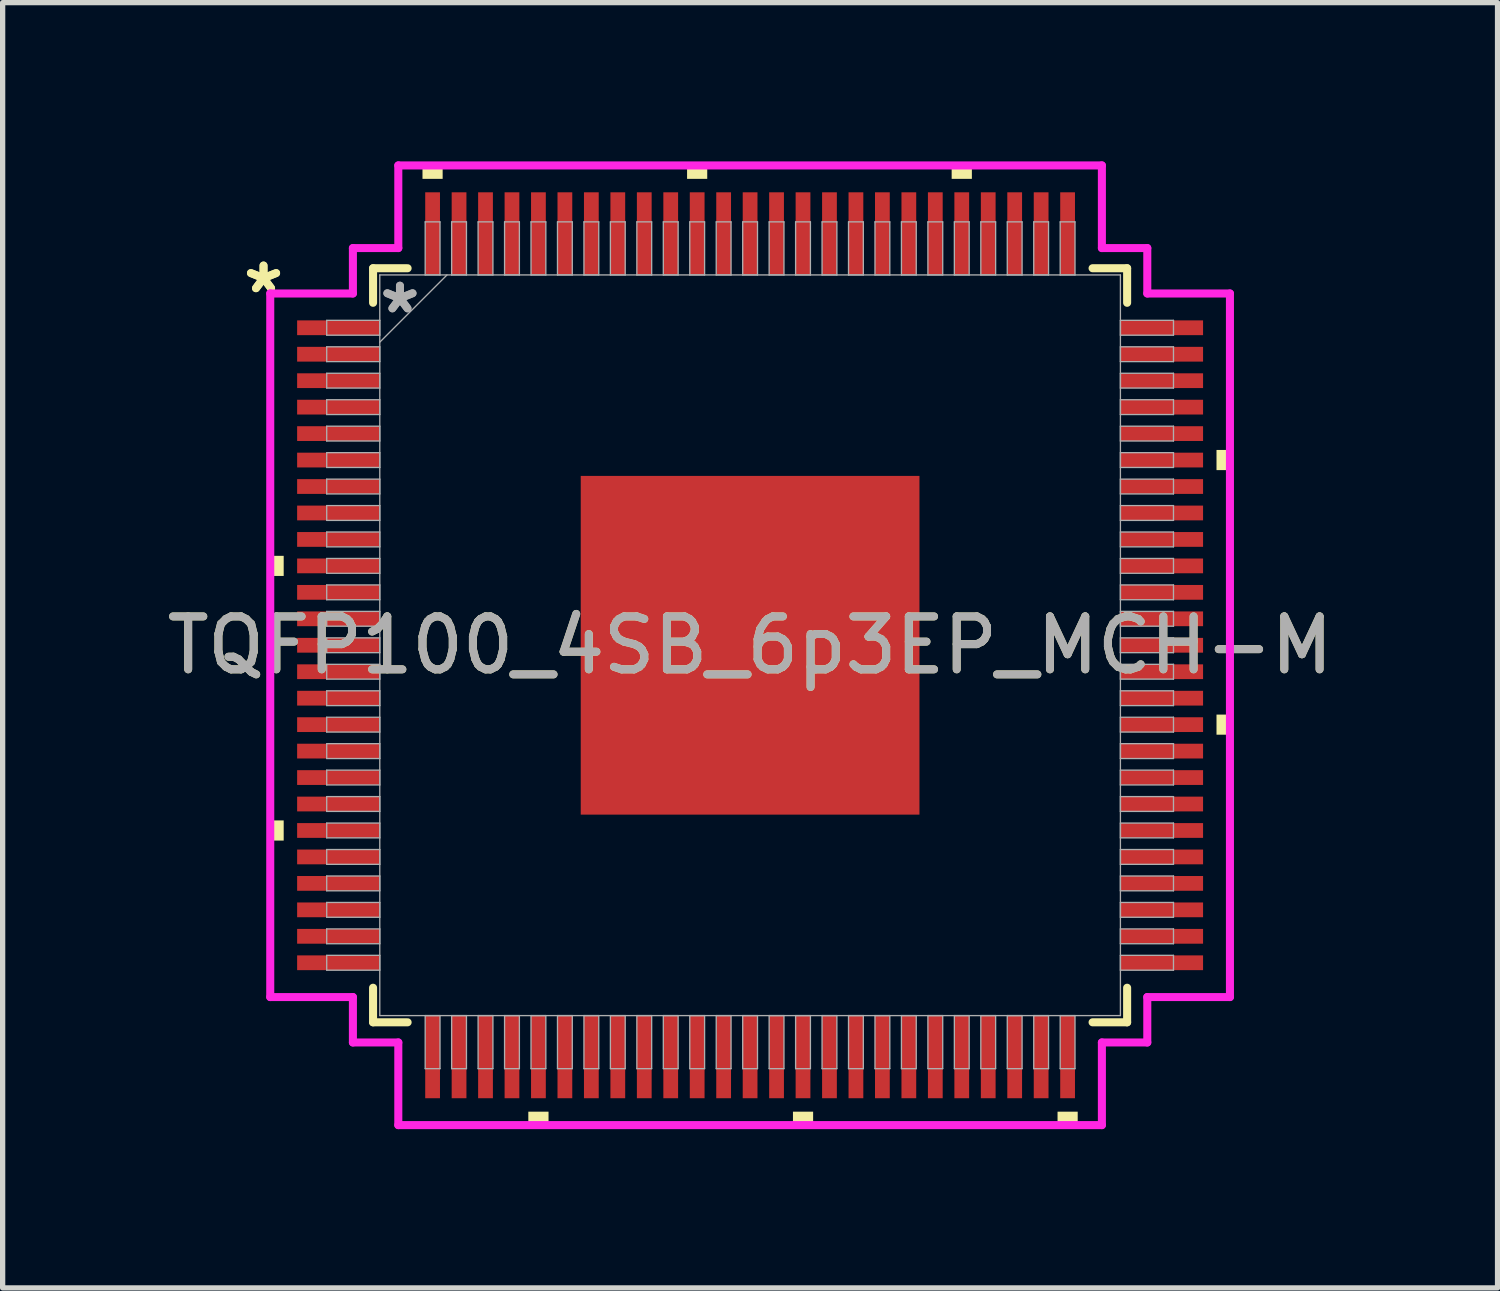
<source format=kicad_pcb>
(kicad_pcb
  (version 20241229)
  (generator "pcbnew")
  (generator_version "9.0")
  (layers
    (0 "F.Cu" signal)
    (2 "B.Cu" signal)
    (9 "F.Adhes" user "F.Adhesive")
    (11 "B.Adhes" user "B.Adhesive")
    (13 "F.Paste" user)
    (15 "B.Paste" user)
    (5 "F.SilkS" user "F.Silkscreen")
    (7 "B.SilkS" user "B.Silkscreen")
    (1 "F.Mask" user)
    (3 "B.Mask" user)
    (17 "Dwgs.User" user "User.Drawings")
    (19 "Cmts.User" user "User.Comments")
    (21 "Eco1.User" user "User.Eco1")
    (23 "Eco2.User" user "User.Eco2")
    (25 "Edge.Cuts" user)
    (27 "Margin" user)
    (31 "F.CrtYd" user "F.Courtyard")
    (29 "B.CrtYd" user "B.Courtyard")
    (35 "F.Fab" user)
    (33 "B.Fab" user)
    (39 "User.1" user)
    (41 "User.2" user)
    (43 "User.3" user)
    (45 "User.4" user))
  (footprint "TQFP100_4SB_6p3EP_MCH-M"
    (layer "F.Cu")
    (at 11.125 9.144)
    (property "Reference" "TQFP100_4SB_6p3EP_MCH-M" (at 0 0 0) (unlocked yes) (layer "F.SilkS") (effects (font (size 1 1) (thickness 0.15))))
    (attr smd)
    (fp_line (start -7.125 -7.125) (end -7.125 -6.472) (stroke (width 0.152) (type solid)) (layer "F.SilkS"))
    (fp_line (start -7.125 6.472) (end -7.125 7.125) (stroke (width 0.152) (type solid)) (layer "F.SilkS"))
    (fp_line (start -7.125 7.125) (end -6.472 7.125) (stroke (width 0.152) (type solid)) (layer "F.SilkS"))
    (fp_line (start -6.472 -7.125) (end -7.125 -7.125) (stroke (width 0.152) (type solid)) (layer "F.SilkS"))
    (fp_line (start 6.472 7.125) (end 7.125 7.125) (stroke (width 0.152) (type solid)) (layer "F.SilkS"))
    (fp_line (start 7.125 -7.125) (end 6.472 -7.125) (stroke (width 0.152) (type solid)) (layer "F.SilkS"))
    (fp_line (start 7.125 -6.472) (end 7.125 -7.125) (stroke (width 0.152) (type solid)) (layer "F.SilkS"))
    (fp_line (start 7.125 7.125) (end 7.125 6.472) (stroke (width 0.152) (type solid)) (layer "F.SilkS"))
    (fp_poly (pts (xy -9.068 -1.69) (xy -9.068 -1.31) (xy -8.814 -1.31) (xy -8.814 -1.69)) (stroke (width 0) (type solid)) (fill yes) (layer "F.SilkS"))
    (fp_poly (pts (xy -9.068 3.31) (xy -9.068 3.691) (xy -8.814 3.691) (xy -8.814 3.31)) (stroke (width 0) (type solid)) (fill yes) (layer "F.SilkS"))
    (fp_poly (pts (xy -6.191 -8.814) (xy -6.191 -9.068) (xy -5.81 -9.068) (xy -5.81 -8.814)) (stroke (width 0) (type solid)) (fill yes) (layer "F.SilkS"))
    (fp_poly (pts (xy -4.191 8.814) (xy -4.191 9.068) (xy -3.809 9.068) (xy -3.809 8.814)) (stroke (width 0) (type solid)) (fill yes) (layer "F.SilkS"))
    (fp_poly (pts (xy -1.191 -8.814) (xy -1.191 -9.068) (xy -0.81 -9.068) (xy -0.81 -8.814)) (stroke (width 0) (type solid)) (fill yes) (layer "F.SilkS"))
    (fp_poly (pts (xy 0.81 8.814) (xy 0.81 9.068) (xy 1.191 9.068) (xy 1.191 8.814)) (stroke (width 0) (type solid)) (fill yes) (layer "F.SilkS"))
    (fp_poly (pts (xy 3.809 -8.814) (xy 3.809 -9.068) (xy 4.191 -9.068) (xy 4.191 -8.814)) (stroke (width 0) (type solid)) (fill yes) (layer "F.SilkS"))
    (fp_poly (pts (xy 5.81 8.814) (xy 5.81 9.068) (xy 6.191 9.068) (xy 6.191 8.814)) (stroke (width 0) (type solid)) (fill yes) (layer "F.SilkS"))
    (fp_poly (pts (xy 9.068 -3.691) (xy 9.068 -3.31) (xy 8.814 -3.31) (xy 8.814 -3.691)) (stroke (width 0) (type solid)) (fill yes) (layer "F.SilkS"))
    (fp_poly (pts (xy 9.068 1.31) (xy 9.068 1.69) (xy 8.814 1.69) (xy 8.814 1.31)) (stroke (width 0) (type solid)) (fill yes) (layer "F.SilkS"))
    (fp_poly (pts (xy -3.1 -3.1) (xy -3.1 -2.02) (xy -2.02 -2.02) (xy -2.02 -3.1)) (stroke (width 0) (type solid)) (fill yes) (layer "F.Paste"))
    (fp_poly (pts (xy -3.1 -1.82) (xy -3.1 -0.74) (xy -2.02 -0.74) (xy -2.02 -1.82)) (stroke (width 0) (type solid)) (fill yes) (layer "F.Paste"))
    (fp_poly (pts (xy -3.1 -0.54) (xy -3.1 0.54) (xy -2.02 0.54) (xy -2.02 -0.54)) (stroke (width 0) (type solid)) (fill yes) (layer "F.Paste"))
    (fp_poly (pts (xy -3.1 0.74) (xy -3.1 1.82) (xy -2.02 1.82) (xy -2.02 0.74)) (stroke (width 0) (type solid)) (fill yes) (layer "F.Paste"))
    (fp_poly (pts (xy -3.1 2.02) (xy -3.1 3.1) (xy -2.02 3.1) (xy -2.02 2.02)) (stroke (width 0) (type solid)) (fill yes) (layer "F.Paste"))
    (fp_poly (pts (xy -1.82 -3.1) (xy -1.82 -2.02) (xy -0.74 -2.02) (xy -0.74 -3.1)) (stroke (width 0) (type solid)) (fill yes) (layer "F.Paste"))
    (fp_poly (pts (xy -1.82 -1.82) (xy -1.82 -0.74) (xy -0.74 -0.74) (xy -0.74 -1.82)) (stroke (width 0) (type solid)) (fill yes) (layer "F.Paste"))
    (fp_poly (pts (xy -1.82 -0.54) (xy -1.82 0.54) (xy -0.74 0.54) (xy -0.74 -0.54)) (stroke (width 0) (type solid)) (fill yes) (layer "F.Paste"))
    (fp_poly (pts (xy -1.82 0.74) (xy -1.82 1.82) (xy -0.74 1.82) (xy -0.74 0.74)) (stroke (width 0) (type solid)) (fill yes) (layer "F.Paste"))
    (fp_poly (pts (xy -1.82 2.02) (xy -1.82 3.1) (xy -0.74 3.1) (xy -0.74 2.02)) (stroke (width 0) (type solid)) (fill yes) (layer "F.Paste"))
    (fp_poly (pts (xy -0.54 -3.1) (xy -0.54 -2.02) (xy 0.54 -2.02) (xy 0.54 -3.1)) (stroke (width 0) (type solid)) (fill yes) (layer "F.Paste"))
    (fp_poly (pts (xy -0.54 -1.82) (xy -0.54 -0.74) (xy 0.54 -0.74) (xy 0.54 -1.82)) (stroke (width 0) (type solid)) (fill yes) (layer "F.Paste"))
    (fp_poly (pts (xy -0.54 -0.54) (xy -0.54 0.54) (xy 0.54 0.54) (xy 0.54 -0.54)) (stroke (width 0) (type solid)) (fill yes) (layer "F.Paste"))
    (fp_poly (pts (xy -0.54 0.74) (xy -0.54 1.82) (xy 0.54 1.82) (xy 0.54 0.74)) (stroke (width 0) (type solid)) (fill yes) (layer "F.Paste"))
    (fp_poly (pts (xy -0.54 2.02) (xy -0.54 3.1) (xy 0.54 3.1) (xy 0.54 2.02)) (stroke (width 0) (type solid)) (fill yes) (layer "F.Paste"))
    (fp_poly (pts (xy 0.74 -3.1) (xy 0.74 -2.02) (xy 1.82 -2.02) (xy 1.82 -3.1)) (stroke (width 0) (type solid)) (fill yes) (layer "F.Paste"))
    (fp_poly (pts (xy 0.74 -1.82) (xy 0.74 -0.74) (xy 1.82 -0.74) (xy 1.82 -1.82)) (stroke (width 0) (type solid)) (fill yes) (layer "F.Paste"))
    (fp_poly (pts (xy 0.74 -0.54) (xy 0.74 0.54) (xy 1.82 0.54) (xy 1.82 -0.54)) (stroke (width 0) (type solid)) (fill yes) (layer "F.Paste"))
    (fp_poly (pts (xy 0.74 0.74) (xy 0.74 1.82) (xy 1.82 1.82) (xy 1.82 0.74)) (stroke (width 0) (type solid)) (fill yes) (layer "F.Paste"))
    (fp_poly (pts (xy 0.74 2.02) (xy 0.74 3.1) (xy 1.82 3.1) (xy 1.82 2.02)) (stroke (width 0) (type solid)) (fill yes) (layer "F.Paste"))
    (fp_poly (pts (xy 2.02 -3.1) (xy 2.02 -2.02) (xy 3.1 -2.02) (xy 3.1 -3.1)) (stroke (width 0) (type solid)) (fill yes) (layer "F.Paste"))
    (fp_poly (pts (xy 2.02 -1.82) (xy 2.02 -0.74) (xy 3.1 -0.74) (xy 3.1 -1.82)) (stroke (width 0) (type solid)) (fill yes) (layer "F.Paste"))
    (fp_poly (pts (xy 2.02 -0.54) (xy 2.02 0.54) (xy 3.1 0.54) (xy 3.1 -0.54)) (stroke (width 0) (type solid)) (fill yes) (layer "F.Paste"))
    (fp_poly (pts (xy 2.02 0.74) (xy 2.02 1.82) (xy 3.1 1.82) (xy 3.1 0.74)) (stroke (width 0) (type solid)) (fill yes) (layer "F.Paste"))
    (fp_poly (pts (xy 2.02 2.02) (xy 2.02 3.1) (xy 3.1 3.1) (xy 3.1 2.02)) (stroke (width 0) (type solid)) (fill yes) (layer "F.Paste"))
    (fp_line (start -9.068 -6.648) (end -7.506 -6.648) (stroke (width 0.152) (type solid)) (layer "F.CrtYd"))
    (fp_line (start -9.068 6.648) (end -9.068 -6.648) (stroke (width 0.152) (type solid)) (layer "F.CrtYd"))
    (fp_line (start -7.506 -7.506) (end -6.648 -7.506) (stroke (width 0.152) (type solid)) (layer "F.CrtYd"))
    (fp_line (start -7.506 -6.648) (end -7.506 -7.506) (stroke (width 0.152) (type solid)) (layer "F.CrtYd"))
    (fp_line (start -7.506 6.648) (end -9.068 6.648) (stroke (width 0.152) (type solid)) (layer "F.CrtYd"))
    (fp_line (start -7.506 7.506) (end -7.506 6.648) (stroke (width 0.152) (type solid)) (layer "F.CrtYd"))
    (fp_line (start -7.506 7.506) (end -6.648 7.506) (stroke (width 0.152) (type solid)) (layer "F.CrtYd"))
    (fp_line (start -6.648 -9.068) (end 6.648 -9.068) (stroke (width 0.152) (type solid)) (layer "F.CrtYd"))
    (fp_line (start -6.648 -7.506) (end -6.648 -9.068) (stroke (width 0.152) (type solid)) (layer "F.CrtYd"))
    (fp_line (start -6.648 7.506) (end -6.648 9.068) (stroke (width 0.152) (type solid)) (layer "F.CrtYd"))
    (fp_line (start -6.648 9.068) (end 6.648 9.068) (stroke (width 0.152) (type solid)) (layer "F.CrtYd"))
    (fp_line (start 6.648 -9.068) (end 6.648 -7.506) (stroke (width 0.152) (type solid)) (layer "F.CrtYd"))
    (fp_line (start 6.648 -7.506) (end 7.506 -7.506) (stroke (width 0.152) (type solid)) (layer "F.CrtYd"))
    (fp_line (start 6.648 7.506) (end 7.506 7.506) (stroke (width 0.152) (type solid)) (layer "F.CrtYd"))
    (fp_line (start 6.648 9.068) (end 6.648 7.506) (stroke (width 0.152) (type solid)) (layer "F.CrtYd"))
    (fp_line (start 7.506 -6.648) (end 7.506 -7.506) (stroke (width 0.152) (type solid)) (layer "F.CrtYd"))
    (fp_line (start 7.506 6.648) (end 9.068 6.648) (stroke (width 0.152) (type solid)) (layer "F.CrtYd"))
    (fp_line (start 7.506 7.506) (end 7.506 6.648) (stroke (width 0.152) (type solid)) (layer "F.CrtYd"))
    (fp_line (start 9.068 -6.648) (end 7.506 -6.648) (stroke (width 0.152) (type solid)) (layer "F.CrtYd"))
    (fp_line (start 9.068 6.648) (end 9.068 -6.648) (stroke (width 0.152) (type solid)) (layer "F.CrtYd"))
    (fp_line (start -8.001 -6.14) (end -8.001 -5.86) (stroke (width 0.025) (type solid)) (layer "F.Fab"))
    (fp_line (start -8.001 -5.86) (end -6.998 -5.86) (stroke (width 0.025) (type solid)) (layer "F.Fab"))
    (fp_line (start -8.001 -5.64) (end -8.001 -5.36) (stroke (width 0.025) (type solid)) (layer "F.Fab"))
    (fp_line (start -8.001 -5.36) (end -6.998 -5.36) (stroke (width 0.025) (type solid)) (layer "F.Fab"))
    (fp_line (start -8.001 -5.14) (end -8.001 -4.86) (stroke (width 0.025) (type solid)) (layer "F.Fab"))
    (fp_line (start -8.001 -4.86) (end -6.998 -4.86) (stroke (width 0.025) (type solid)) (layer "F.Fab"))
    (fp_line (start -8.001 -4.64) (end -8.001 -4.36) (stroke (width 0.025) (type solid)) (layer "F.Fab"))
    (fp_line (start -8.001 -4.36) (end -6.998 -4.36) (stroke (width 0.025) (type solid)) (layer "F.Fab"))
    (fp_line (start -8.001 -4.14) (end -8.001 -3.86) (stroke (width 0.025) (type solid)) (layer "F.Fab"))
    (fp_line (start -8.001 -3.86) (end -6.998 -3.86) (stroke (width 0.025) (type solid)) (layer "F.Fab"))
    (fp_line (start -8.001 -3.64) (end -8.001 -3.36) (stroke (width 0.025) (type solid)) (layer "F.Fab"))
    (fp_line (start -8.001 -3.36) (end -6.998 -3.36) (stroke (width 0.025) (type solid)) (layer "F.Fab"))
    (fp_line (start -8.001 -3.14) (end -8.001 -2.86) (stroke (width 0.025) (type solid)) (layer "F.Fab"))
    (fp_line (start -8.001 -2.86) (end -6.998 -2.86) (stroke (width 0.025) (type solid)) (layer "F.Fab"))
    (fp_line (start -8.001 -2.64) (end -8.001 -2.36) (stroke (width 0.025) (type solid)) (layer "F.Fab"))
    (fp_line (start -8.001 -2.36) (end -6.998 -2.36) (stroke (width 0.025) (type solid)) (layer "F.Fab"))
    (fp_line (start -8.001 -2.14) (end -8.001 -1.86) (stroke (width 0.025) (type solid)) (layer "F.Fab"))
    (fp_line (start -8.001 -1.86) (end -6.998 -1.86) (stroke (width 0.025) (type solid)) (layer "F.Fab"))
    (fp_line (start -8.001 -1.64) (end -8.001 -1.36) (stroke (width 0.025) (type solid)) (layer "F.Fab"))
    (fp_line (start -8.001 -1.36) (end -6.998 -1.36) (stroke (width 0.025) (type solid)) (layer "F.Fab"))
    (fp_line (start -8.001 -1.14) (end -8.001 -0.86) (stroke (width 0.025) (type solid)) (layer "F.Fab"))
    (fp_line (start -8.001 -0.86) (end -6.998 -0.86) (stroke (width 0.025) (type solid)) (layer "F.Fab"))
    (fp_line (start -8.001 -0.64) (end -8.001 -0.36) (stroke (width 0.025) (type solid)) (layer "F.Fab"))
    (fp_line (start -8.001 -0.36) (end -6.998 -0.36) (stroke (width 0.025) (type solid)) (layer "F.Fab"))
    (fp_line (start -8.001 -0.14) (end -8.001 0.14) (stroke (width 0.025) (type solid)) (layer "F.Fab"))
    (fp_line (start -8.001 0.14) (end -6.998 0.14) (stroke (width 0.025) (type solid)) (layer "F.Fab"))
    (fp_line (start -8.001 0.36) (end -8.001 0.64) (stroke (width 0.025) (type solid)) (layer "F.Fab"))
    (fp_line (start -8.001 0.64) (end -6.998 0.64) (stroke (width 0.025) (type solid)) (layer "F.Fab"))
    (fp_line (start -8.001 0.86) (end -8.001 1.14) (stroke (width 0.025) (type solid)) (layer "F.Fab"))
    (fp_line (start -8.001 1.14) (end -6.998 1.14) (stroke (width 0.025) (type solid)) (layer "F.Fab"))
    (fp_line (start -8.001 1.36) (end -8.001 1.64) (stroke (width 0.025) (type solid)) (layer "F.Fab"))
    (fp_line (start -8.001 1.64) (end -6.998 1.64) (stroke (width 0.025) (type solid)) (layer "F.Fab"))
    (fp_line (start -8.001 1.86) (end -8.001 2.14) (stroke (width 0.025) (type solid)) (layer "F.Fab"))
    (fp_line (start -8.001 2.14) (end -6.998 2.14) (stroke (width 0.025) (type solid)) (layer "F.Fab"))
    (fp_line (start -8.001 2.36) (end -8.001 2.64) (stroke (width 0.025) (type solid)) (layer "F.Fab"))
    (fp_line (start -8.001 2.64) (end -6.998 2.64) (stroke (width 0.025) (type solid)) (layer "F.Fab"))
    (fp_line (start -8.001 2.86) (end -8.001 3.14) (stroke (width 0.025) (type solid)) (layer "F.Fab"))
    (fp_line (start -8.001 3.14) (end -6.998 3.14) (stroke (width 0.025) (type solid)) (layer "F.Fab"))
    (fp_line (start -8.001 3.36) (end -8.001 3.64) (stroke (width 0.025) (type solid)) (layer "F.Fab"))
    (fp_line (start -8.001 3.64) (end -6.998 3.64) (stroke (width 0.025) (type solid)) (layer "F.Fab"))
    (fp_line (start -8.001 3.86) (end -8.001 4.14) (stroke (width 0.025) (type solid)) (layer "F.Fab"))
    (fp_line (start -8.001 4.14) (end -6.998 4.14) (stroke (width 0.025) (type solid)) (layer "F.Fab"))
    (fp_line (start -8.001 4.36) (end -8.001 4.64) (stroke (width 0.025) (type solid)) (layer "F.Fab"))
    (fp_line (start -8.001 4.64) (end -6.998 4.64) (stroke (width 0.025) (type solid)) (layer "F.Fab"))
    (fp_line (start -8.001 4.86) (end -8.001 5.14) (stroke (width 0.025) (type solid)) (layer "F.Fab"))
    (fp_line (start -8.001 5.14) (end -6.998 5.14) (stroke (width 0.025) (type solid)) (layer "F.Fab"))
    (fp_line (start -8.001 5.36) (end -8.001 5.64) (stroke (width 0.025) (type solid)) (layer "F.Fab"))
    (fp_line (start -8.001 5.64) (end -6.998 5.64) (stroke (width 0.025) (type solid)) (layer "F.Fab"))
    (fp_line (start -8.001 5.86) (end -8.001 6.14) (stroke (width 0.025) (type solid)) (layer "F.Fab"))
    (fp_line (start -8.001 6.14) (end -6.998 6.14) (stroke (width 0.025) (type solid)) (layer "F.Fab"))
    (fp_line (start -6.998 -6.998) (end -6.998 6.998) (stroke (width 0.025) (type solid)) (layer "F.Fab"))
    (fp_line (start -6.998 -6.14) (end -8.001 -6.14) (stroke (width 0.025) (type solid)) (layer "F.Fab"))
    (fp_line (start -6.998 -5.86) (end -6.998 -6.14) (stroke (width 0.025) (type solid)) (layer "F.Fab"))
    (fp_line (start -6.998 -5.728) (end -5.728 -6.998) (stroke (width 0.025) (type solid)) (layer "F.Fab"))
    (fp_line (start -6.998 -5.64) (end -8.001 -5.64) (stroke (width 0.025) (type solid)) (layer "F.Fab"))
    (fp_line (start -6.998 -5.36) (end -6.998 -5.64) (stroke (width 0.025) (type solid)) (layer "F.Fab"))
    (fp_line (start -6.998 -5.14) (end -8.001 -5.14) (stroke (width 0.025) (type solid)) (layer "F.Fab"))
    (fp_line (start -6.998 -4.86) (end -6.998 -5.14) (stroke (width 0.025) (type solid)) (layer "F.Fab"))
    (fp_line (start -6.998 -4.64) (end -8.001 -4.64) (stroke (width 0.025) (type solid)) (layer "F.Fab"))
    (fp_line (start -6.998 -4.36) (end -6.998 -4.64) (stroke (width 0.025) (type solid)) (layer "F.Fab"))
    (fp_line (start -6.998 -4.14) (end -8.001 -4.14) (stroke (width 0.025) (type solid)) (layer "F.Fab"))
    (fp_line (start -6.998 -3.86) (end -6.998 -4.14) (stroke (width 0.025) (type solid)) (layer "F.Fab"))
    (fp_line (start -6.998 -3.64) (end -8.001 -3.64) (stroke (width 0.025) (type solid)) (layer "F.Fab"))
    (fp_line (start -6.998 -3.36) (end -6.998 -3.64) (stroke (width 0.025) (type solid)) (layer "F.Fab"))
    (fp_line (start -6.998 -3.14) (end -8.001 -3.14) (stroke (width 0.025) (type solid)) (layer "F.Fab"))
    (fp_line (start -6.998 -2.86) (end -6.998 -3.14) (stroke (width 0.025) (type solid)) (layer "F.Fab"))
    (fp_line (start -6.998 -2.64) (end -8.001 -2.64) (stroke (width 0.025) (type solid)) (layer "F.Fab"))
    (fp_line (start -6.998 -2.36) (end -6.998 -2.64) (stroke (width 0.025) (type solid)) (layer "F.Fab"))
    (fp_line (start -6.998 -2.14) (end -8.001 -2.14) (stroke (width 0.025) (type solid)) (layer "F.Fab"))
    (fp_line (start -6.998 -1.86) (end -6.998 -2.14) (stroke (width 0.025) (type solid)) (layer "F.Fab"))
    (fp_line (start -6.998 -1.64) (end -8.001 -1.64) (stroke (width 0.025) (type solid)) (layer "F.Fab"))
    (fp_line (start -6.998 -1.36) (end -6.998 -1.64) (stroke (width 0.025) (type solid)) (layer "F.Fab"))
    (fp_line (start -6.998 -1.14) (end -8.001 -1.14) (stroke (width 0.025) (type solid)) (layer "F.Fab"))
    (fp_line (start -6.998 -0.86) (end -6.998 -1.14) (stroke (width 0.025) (type solid)) (layer "F.Fab"))
    (fp_line (start -6.998 -0.64) (end -8.001 -0.64) (stroke (width 0.025) (type solid)) (layer "F.Fab"))
    (fp_line (start -6.998 -0.36) (end -6.998 -0.64) (stroke (width 0.025) (type solid)) (layer "F.Fab"))
    (fp_line (start -6.998 -0.14) (end -8.001 -0.14) (stroke (width 0.025) (type solid)) (layer "F.Fab"))
    (fp_line (start -6.998 0.14) (end -6.998 -0.14) (stroke (width 0.025) (type solid)) (layer "F.Fab"))
    (fp_line (start -6.998 0.36) (end -8.001 0.36) (stroke (width 0.025) (type solid)) (layer "F.Fab"))
    (fp_line (start -6.998 0.64) (end -6.998 0.36) (stroke (width 0.025) (type solid)) (layer "F.Fab"))
    (fp_line (start -6.998 0.86) (end -8.001 0.86) (stroke (width 0.025) (type solid)) (layer "F.Fab"))
    (fp_line (start -6.998 1.14) (end -6.998 0.86) (stroke (width 0.025) (type solid)) (layer "F.Fab"))
    (fp_line (start -6.998 1.36) (end -8.001 1.36) (stroke (width 0.025) (type solid)) (layer "F.Fab"))
    (fp_line (start -6.998 1.64) (end -6.998 1.36) (stroke (width 0.025) (type solid)) (layer "F.Fab"))
    (fp_line (start -6.998 1.86) (end -8.001 1.86) (stroke (width 0.025) (type solid)) (layer "F.Fab"))
    (fp_line (start -6.998 2.14) (end -6.998 1.86) (stroke (width 0.025) (type solid)) (layer "F.Fab"))
    (fp_line (start -6.998 2.36) (end -8.001 2.36) (stroke (width 0.025) (type solid)) (layer "F.Fab"))
    (fp_line (start -6.998 2.64) (end -6.998 2.36) (stroke (width 0.025) (type solid)) (layer "F.Fab"))
    (fp_line (start -6.998 2.86) (end -8.001 2.86) (stroke (width 0.025) (type solid)) (layer "F.Fab"))
    (fp_line (start -6.998 3.14) (end -6.998 2.86) (stroke (width 0.025) (type solid)) (layer "F.Fab"))
    (fp_line (start -6.998 3.36) (end -8.001 3.36) (stroke (width 0.025) (type solid)) (layer "F.Fab"))
    (fp_line (start -6.998 3.64) (end -6.998 3.36) (stroke (width 0.025) (type solid)) (layer "F.Fab"))
    (fp_line (start -6.998 3.86) (end -8.001 3.86) (stroke (width 0.025) (type solid)) (layer "F.Fab"))
    (fp_line (start -6.998 4.14) (end -6.998 3.86) (stroke (width 0.025) (type solid)) (layer "F.Fab"))
    (fp_line (start -6.998 4.36) (end -8.001 4.36) (stroke (width 0.025) (type solid)) (layer "F.Fab"))
    (fp_line (start -6.998 4.64) (end -6.998 4.36) (stroke (width 0.025) (type solid)) (layer "F.Fab"))
    (fp_line (start -6.998 4.86) (end -8.001 4.86) (stroke (width 0.025) (type solid)) (layer "F.Fab"))
    (fp_line (start -6.998 5.14) (end -6.998 4.86) (stroke (width 0.025) (type solid)) (layer "F.Fab"))
    (fp_line (start -6.998 5.36) (end -8.001 5.36) (stroke (width 0.025) (type solid)) (layer "F.Fab"))
    (fp_line (start -6.998 5.64) (end -6.998 5.36) (stroke (width 0.025) (type solid)) (layer "F.Fab"))
    (fp_line (start -6.998 5.86) (end -8.001 5.86) (stroke (width 0.025) (type solid)) (layer "F.Fab"))
    (fp_line (start -6.998 6.14) (end -6.998 5.86) (stroke (width 0.025) (type solid)) (layer "F.Fab"))
    (fp_line (start -6.998 6.998) (end 6.998 6.998) (stroke (width 0.025) (type solid)) (layer "F.Fab"))
    (fp_line (start -6.14 -8.001) (end -6.14 -6.998) (stroke (width 0.025) (type solid)) (layer "F.Fab"))
    (fp_line (start -6.14 -6.998) (end -5.86 -6.998) (stroke (width 0.025) (type solid)) (layer "F.Fab"))
    (fp_line (start -6.14 6.998) (end -6.14 8.001) (stroke (width 0.025) (type solid)) (layer "F.Fab"))
    (fp_line (start -6.14 8.001) (end -5.86 8.001) (stroke (width 0.025) (type solid)) (layer "F.Fab"))
    (fp_line (start -5.86 -8.001) (end -6.14 -8.001) (stroke (width 0.025) (type solid)) (layer "F.Fab"))
    (fp_line (start -5.86 -6.998) (end -5.86 -8.001) (stroke (width 0.025) (type solid)) (layer "F.Fab"))
    (fp_line (start -5.86 6.998) (end -6.14 6.998) (stroke (width 0.025) (type solid)) (layer "F.Fab"))
    (fp_line (start -5.86 8.001) (end -5.86 6.998) (stroke (width 0.025) (type solid)) (layer "F.Fab"))
    (fp_line (start -5.64 -8.001) (end -5.64 -6.998) (stroke (width 0.025) (type solid)) (layer "F.Fab"))
    (fp_line (start -5.64 -6.998) (end -5.36 -6.998) (stroke (width 0.025) (type solid)) (layer "F.Fab"))
    (fp_line (start -5.64 6.998) (end -5.64 8.001) (stroke (width 0.025) (type solid)) (layer "F.Fab"))
    (fp_line (start -5.64 8.001) (end -5.36 8.001) (stroke (width 0.025) (type solid)) (layer "F.Fab"))
    (fp_line (start -5.36 -8.001) (end -5.64 -8.001) (stroke (width 0.025) (type solid)) (layer "F.Fab"))
    (fp_line (start -5.36 -6.998) (end -5.36 -8.001) (stroke (width 0.025) (type solid)) (layer "F.Fab"))
    (fp_line (start -5.36 6.998) (end -5.64 6.998) (stroke (width 0.025) (type solid)) (layer "F.Fab"))
    (fp_line (start -5.36 8.001) (end -5.36 6.998) (stroke (width 0.025) (type solid)) (layer "F.Fab"))
    (fp_line (start -5.14 -8.001) (end -5.14 -6.998) (stroke (width 0.025) (type solid)) (layer "F.Fab"))
    (fp_line (start -5.14 -6.998) (end -4.86 -6.998) (stroke (width 0.025) (type solid)) (layer "F.Fab"))
    (fp_line (start -5.14 6.998) (end -5.14 8.001) (stroke (width 0.025) (type solid)) (layer "F.Fab"))
    (fp_line (start -5.14 8.001) (end -4.86 8.001) (stroke (width 0.025) (type solid)) (layer "F.Fab"))
    (fp_line (start -4.86 -8.001) (end -5.14 -8.001) (stroke (width 0.025) (type solid)) (layer "F.Fab"))
    (fp_line (start -4.86 -6.998) (end -4.86 -8.001) (stroke (width 0.025) (type solid)) (layer "F.Fab"))
    (fp_line (start -4.86 6.998) (end -5.14 6.998) (stroke (width 0.025) (type solid)) (layer "F.Fab"))
    (fp_line (start -4.86 8.001) (end -4.86 6.998) (stroke (width 0.025) (type solid)) (layer "F.Fab"))
    (fp_line (start -4.64 -8.001) (end -4.64 -6.998) (stroke (width 0.025) (type solid)) (layer "F.Fab"))
    (fp_line (start -4.64 -6.998) (end -4.36 -6.998) (stroke (width 0.025) (type solid)) (layer "F.Fab"))
    (fp_line (start -4.64 6.998) (end -4.64 8.001) (stroke (width 0.025) (type solid)) (layer "F.Fab"))
    (fp_line (start -4.64 8.001) (end -4.36 8.001) (stroke (width 0.025) (type solid)) (layer "F.Fab"))
    (fp_line (start -4.36 -8.001) (end -4.64 -8.001) (stroke (width 0.025) (type solid)) (layer "F.Fab"))
    (fp_line (start -4.36 -6.998) (end -4.36 -8.001) (stroke (width 0.025) (type solid)) (layer "F.Fab"))
    (fp_line (start -4.36 6.998) (end -4.64 6.998) (stroke (width 0.025) (type solid)) (layer "F.Fab"))
    (fp_line (start -4.36 8.001) (end -4.36 6.998) (stroke (width 0.025) (type solid)) (layer "F.Fab"))
    (fp_line (start -4.14 -8.001) (end -4.14 -6.998) (stroke (width 0.025) (type solid)) (layer "F.Fab"))
    (fp_line (start -4.14 -6.998) (end -3.86 -6.998) (stroke (width 0.025) (type solid)) (layer "F.Fab"))
    (fp_line (start -4.14 6.998) (end -4.14 8.001) (stroke (width 0.025) (type solid)) (layer "F.Fab"))
    (fp_line (start -4.14 8.001) (end -3.86 8.001) (stroke (width 0.025) (type solid)) (layer "F.Fab"))
    (fp_line (start -3.86 -8.001) (end -4.14 -8.001) (stroke (width 0.025) (type solid)) (layer "F.Fab"))
    (fp_line (start -3.86 -6.998) (end -3.86 -8.001) (stroke (width 0.025) (type solid)) (layer "F.Fab"))
    (fp_line (start -3.86 6.998) (end -4.14 6.998) (stroke (width 0.025) (type solid)) (layer "F.Fab"))
    (fp_line (start -3.86 8.001) (end -3.86 6.998) (stroke (width 0.025) (type solid)) (layer "F.Fab"))
    (fp_line (start -3.64 -8.001) (end -3.64 -6.998) (stroke (width 0.025) (type solid)) (layer "F.Fab"))
    (fp_line (start -3.64 -6.998) (end -3.36 -6.998) (stroke (width 0.025) (type solid)) (layer "F.Fab"))
    (fp_line (start -3.64 6.998) (end -3.64 8.001) (stroke (width 0.025) (type solid)) (layer "F.Fab"))
    (fp_line (start -3.64 8.001) (end -3.36 8.001) (stroke (width 0.025) (type solid)) (layer "F.Fab"))
    (fp_line (start -3.36 -8.001) (end -3.64 -8.001) (stroke (width 0.025) (type solid)) (layer "F.Fab"))
    (fp_line (start -3.36 -6.998) (end -3.36 -8.001) (stroke (width 0.025) (type solid)) (layer "F.Fab"))
    (fp_line (start -3.36 6.998) (end -3.64 6.998) (stroke (width 0.025) (type solid)) (layer "F.Fab"))
    (fp_line (start -3.36 8.001) (end -3.36 6.998) (stroke (width 0.025) (type solid)) (layer "F.Fab"))
    (fp_line (start -3.14 -8.001) (end -3.14 -6.998) (stroke (width 0.025) (type solid)) (layer "F.Fab"))
    (fp_line (start -3.14 -6.998) (end -2.86 -6.998) (stroke (width 0.025) (type solid)) (layer "F.Fab"))
    (fp_line (start -3.14 6.998) (end -3.14 8.001) (stroke (width 0.025) (type solid)) (layer "F.Fab"))
    (fp_line (start -3.14 8.001) (end -2.86 8.001) (stroke (width 0.025) (type solid)) (layer "F.Fab"))
    (fp_line (start -2.86 -8.001) (end -3.14 -8.001) (stroke (width 0.025) (type solid)) (layer "F.Fab"))
    (fp_line (start -2.86 -6.998) (end -2.86 -8.001) (stroke (width 0.025) (type solid)) (layer "F.Fab"))
    (fp_line (start -2.86 6.998) (end -3.14 6.998) (stroke (width 0.025) (type solid)) (layer "F.Fab"))
    (fp_line (start -2.86 8.001) (end -2.86 6.998) (stroke (width 0.025) (type solid)) (layer "F.Fab"))
    (fp_line (start -2.64 -8.001) (end -2.64 -6.998) (stroke (width 0.025) (type solid)) (layer "F.Fab"))
    (fp_line (start -2.64 -6.998) (end -2.36 -6.998) (stroke (width 0.025) (type solid)) (layer "F.Fab"))
    (fp_line (start -2.64 6.998) (end -2.64 8.001) (stroke (width 0.025) (type solid)) (layer "F.Fab"))
    (fp_line (start -2.64 8.001) (end -2.36 8.001) (stroke (width 0.025) (type solid)) (layer "F.Fab"))
    (fp_line (start -2.36 -8.001) (end -2.64 -8.001) (stroke (width 0.025) (type solid)) (layer "F.Fab"))
    (fp_line (start -2.36 -6.998) (end -2.36 -8.001) (stroke (width 0.025) (type solid)) (layer "F.Fab"))
    (fp_line (start -2.36 6.998) (end -2.64 6.998) (stroke (width 0.025) (type solid)) (layer "F.Fab"))
    (fp_line (start -2.36 8.001) (end -2.36 6.998) (stroke (width 0.025) (type solid)) (layer "F.Fab"))
    (fp_line (start -2.14 -8.001) (end -2.14 -6.998) (stroke (width 0.025) (type solid)) (layer "F.Fab"))
    (fp_line (start -2.14 -6.998) (end -1.86 -6.998) (stroke (width 0.025) (type solid)) (layer "F.Fab"))
    (fp_line (start -2.14 6.998) (end -2.14 8.001) (stroke (width 0.025) (type solid)) (layer "F.Fab"))
    (fp_line (start -2.14 8.001) (end -1.86 8.001) (stroke (width 0.025) (type solid)) (layer "F.Fab"))
    (fp_line (start -1.86 -8.001) (end -2.14 -8.001) (stroke (width 0.025) (type solid)) (layer "F.Fab"))
    (fp_line (start -1.86 -6.998) (end -1.86 -8.001) (stroke (width 0.025) (type solid)) (layer "F.Fab"))
    (fp_line (start -1.86 6.998) (end -2.14 6.998) (stroke (width 0.025) (type solid)) (layer "F.Fab"))
    (fp_line (start -1.86 8.001) (end -1.86 6.998) (stroke (width 0.025) (type solid)) (layer "F.Fab"))
    (fp_line (start -1.64 -8.001) (end -1.64 -6.998) (stroke (width 0.025) (type solid)) (layer "F.Fab"))
    (fp_line (start -1.64 -6.998) (end -1.36 -6.998) (stroke (width 0.025) (type solid)) (layer "F.Fab"))
    (fp_line (start -1.64 6.998) (end -1.64 8.001) (stroke (width 0.025) (type solid)) (layer "F.Fab"))
    (fp_line (start -1.64 8.001) (end -1.36 8.001) (stroke (width 0.025) (type solid)) (layer "F.Fab"))
    (fp_line (start -1.36 -8.001) (end -1.64 -8.001) (stroke (width 0.025) (type solid)) (layer "F.Fab"))
    (fp_line (start -1.36 -6.998) (end -1.36 -8.001) (stroke (width 0.025) (type solid)) (layer "F.Fab"))
    (fp_line (start -1.36 6.998) (end -1.64 6.998) (stroke (width 0.025) (type solid)) (layer "F.Fab"))
    (fp_line (start -1.36 8.001) (end -1.36 6.998) (stroke (width 0.025) (type solid)) (layer "F.Fab"))
    (fp_line (start -1.14 -8.001) (end -1.14 -6.998) (stroke (width 0.025) (type solid)) (layer "F.Fab"))
    (fp_line (start -1.14 -6.998) (end -0.86 -6.998) (stroke (width 0.025) (type solid)) (layer "F.Fab"))
    (fp_line (start -1.14 6.998) (end -1.14 8.001) (stroke (width 0.025) (type solid)) (layer "F.Fab"))
    (fp_line (start -1.14 8.001) (end -0.86 8.001) (stroke (width 0.025) (type solid)) (layer "F.Fab"))
    (fp_line (start -0.86 -8.001) (end -1.14 -8.001) (stroke (width 0.025) (type solid)) (layer "F.Fab"))
    (fp_line (start -0.86 -6.998) (end -0.86 -8.001) (stroke (width 0.025) (type solid)) (layer "F.Fab"))
    (fp_line (start -0.86 6.998) (end -1.14 6.998) (stroke (width 0.025) (type solid)) (layer "F.Fab"))
    (fp_line (start -0.86 8.001) (end -0.86 6.998) (stroke (width 0.025) (type solid)) (layer "F.Fab"))
    (fp_line (start -0.64 -8.001) (end -0.64 -6.998) (stroke (width 0.025) (type solid)) (layer "F.Fab"))
    (fp_line (start -0.64 -6.998) (end -0.36 -6.998) (stroke (width 0.025) (type solid)) (layer "F.Fab"))
    (fp_line (start -0.64 6.998) (end -0.64 8.001) (stroke (width 0.025) (type solid)) (layer "F.Fab"))
    (fp_line (start -0.64 8.001) (end -0.36 8.001) (stroke (width 0.025) (type solid)) (layer "F.Fab"))
    (fp_line (start -0.36 -8.001) (end -0.64 -8.001) (stroke (width 0.025) (type solid)) (layer "F.Fab"))
    (fp_line (start -0.36 -6.998) (end -0.36 -8.001) (stroke (width 0.025) (type solid)) (layer "F.Fab"))
    (fp_line (start -0.36 6.998) (end -0.64 6.998) (stroke (width 0.025) (type solid)) (layer "F.Fab"))
    (fp_line (start -0.36 8.001) (end -0.36 6.998) (stroke (width 0.025) (type solid)) (layer "F.Fab"))
    (fp_line (start -0.14 -8.001) (end -0.14 -6.998) (stroke (width 0.025) (type solid)) (layer "F.Fab"))
    (fp_line (start -0.14 -6.998) (end 0.14 -6.998) (stroke (width 0.025) (type solid)) (layer "F.Fab"))
    (fp_line (start -0.14 6.998) (end -0.14 8.001) (stroke (width 0.025) (type solid)) (layer "F.Fab"))
    (fp_line (start -0.14 8.001) (end 0.14 8.001) (stroke (width 0.025) (type solid)) (layer "F.Fab"))
    (fp_line (start 0.14 -8.001) (end -0.14 -8.001) (stroke (width 0.025) (type solid)) (layer "F.Fab"))
    (fp_line (start 0.14 -6.998) (end 0.14 -8.001) (stroke (width 0.025) (type solid)) (layer "F.Fab"))
    (fp_line (start 0.14 6.998) (end -0.14 6.998) (stroke (width 0.025) (type solid)) (layer "F.Fab"))
    (fp_line (start 0.14 8.001) (end 0.14 6.998) (stroke (width 0.025) (type solid)) (layer "F.Fab"))
    (fp_line (start 0.36 -8.001) (end 0.36 -6.998) (stroke (width 0.025) (type solid)) (layer "F.Fab"))
    (fp_line (start 0.36 -6.998) (end 0.64 -6.998) (stroke (width 0.025) (type solid)) (layer "F.Fab"))
    (fp_line (start 0.36 6.998) (end 0.36 8.001) (stroke (width 0.025) (type solid)) (layer "F.Fab"))
    (fp_line (start 0.36 8.001) (end 0.64 8.001) (stroke (width 0.025) (type solid)) (layer "F.Fab"))
    (fp_line (start 0.64 -8.001) (end 0.36 -8.001) (stroke (width 0.025) (type solid)) (layer "F.Fab"))
    (fp_line (start 0.64 -6.998) (end 0.64 -8.001) (stroke (width 0.025) (type solid)) (layer "F.Fab"))
    (fp_line (start 0.64 6.998) (end 0.36 6.998) (stroke (width 0.025) (type solid)) (layer "F.Fab"))
    (fp_line (start 0.64 8.001) (end 0.64 6.998) (stroke (width 0.025) (type solid)) (layer "F.Fab"))
    (fp_line (start 0.86 -8.001) (end 0.86 -6.998) (stroke (width 0.025) (type solid)) (layer "F.Fab"))
    (fp_line (start 0.86 -6.998) (end 1.14 -6.998) (stroke (width 0.025) (type solid)) (layer "F.Fab"))
    (fp_line (start 0.86 6.998) (end 0.86 8.001) (stroke (width 0.025) (type solid)) (layer "F.Fab"))
    (fp_line (start 0.86 8.001) (end 1.14 8.001) (stroke (width 0.025) (type solid)) (layer "F.Fab"))
    (fp_line (start 1.14 -8.001) (end 0.86 -8.001) (stroke (width 0.025) (type solid)) (layer "F.Fab"))
    (fp_line (start 1.14 -6.998) (end 1.14 -8.001) (stroke (width 0.025) (type solid)) (layer "F.Fab"))
    (fp_line (start 1.14 6.998) (end 0.86 6.998) (stroke (width 0.025) (type solid)) (layer "F.Fab"))
    (fp_line (start 1.14 8.001) (end 1.14 6.998) (stroke (width 0.025) (type solid)) (layer "F.Fab"))
    (fp_line (start 1.36 -8.001) (end 1.36 -6.998) (stroke (width 0.025) (type solid)) (layer "F.Fab"))
    (fp_line (start 1.36 -6.998) (end 1.64 -6.998) (stroke (width 0.025) (type solid)) (layer "F.Fab"))
    (fp_line (start 1.36 6.998) (end 1.36 8.001) (stroke (width 0.025) (type solid)) (layer "F.Fab"))
    (fp_line (start 1.36 8.001) (end 1.64 8.001) (stroke (width 0.025) (type solid)) (layer "F.Fab"))
    (fp_line (start 1.64 -8.001) (end 1.36 -8.001) (stroke (width 0.025) (type solid)) (layer "F.Fab"))
    (fp_line (start 1.64 -6.998) (end 1.64 -8.001) (stroke (width 0.025) (type solid)) (layer "F.Fab"))
    (fp_line (start 1.64 6.998) (end 1.36 6.998) (stroke (width 0.025) (type solid)) (layer "F.Fab"))
    (fp_line (start 1.64 8.001) (end 1.64 6.998) (stroke (width 0.025) (type solid)) (layer "F.Fab"))
    (fp_line (start 1.86 -8.001) (end 1.86 -6.998) (stroke (width 0.025) (type solid)) (layer "F.Fab"))
    (fp_line (start 1.86 -6.998) (end 2.14 -6.998) (stroke (width 0.025) (type solid)) (layer "F.Fab"))
    (fp_line (start 1.86 6.998) (end 1.86 8.001) (stroke (width 0.025) (type solid)) (layer "F.Fab"))
    (fp_line (start 1.86 8.001) (end 2.14 8.001) (stroke (width 0.025) (type solid)) (layer "F.Fab"))
    (fp_line (start 2.14 -8.001) (end 1.86 -8.001) (stroke (width 0.025) (type solid)) (layer "F.Fab"))
    (fp_line (start 2.14 -6.998) (end 2.14 -8.001) (stroke (width 0.025) (type solid)) (layer "F.Fab"))
    (fp_line (start 2.14 6.998) (end 1.86 6.998) (stroke (width 0.025) (type solid)) (layer "F.Fab"))
    (fp_line (start 2.14 8.001) (end 2.14 6.998) (stroke (width 0.025) (type solid)) (layer "F.Fab"))
    (fp_line (start 2.36 -8.001) (end 2.36 -6.998) (stroke (width 0.025) (type solid)) (layer "F.Fab"))
    (fp_line (start 2.36 -6.998) (end 2.64 -6.998) (stroke (width 0.025) (type solid)) (layer "F.Fab"))
    (fp_line (start 2.36 6.998) (end 2.36 8.001) (stroke (width 0.025) (type solid)) (layer "F.Fab"))
    (fp_line (start 2.36 8.001) (end 2.64 8.001) (stroke (width 0.025) (type solid)) (layer "F.Fab"))
    (fp_line (start 2.64 -8.001) (end 2.36 -8.001) (stroke (width 0.025) (type solid)) (layer "F.Fab"))
    (fp_line (start 2.64 -6.998) (end 2.64 -8.001) (stroke (width 0.025) (type solid)) (layer "F.Fab"))
    (fp_line (start 2.64 6.998) (end 2.36 6.998) (stroke (width 0.025) (type solid)) (layer "F.Fab"))
    (fp_line (start 2.64 8.001) (end 2.64 6.998) (stroke (width 0.025) (type solid)) (layer "F.Fab"))
    (fp_line (start 2.86 -8.001) (end 2.86 -6.998) (stroke (width 0.025) (type solid)) (layer "F.Fab"))
    (fp_line (start 2.86 -6.998) (end 3.14 -6.998) (stroke (width 0.025) (type solid)) (layer "F.Fab"))
    (fp_line (start 2.86 6.998) (end 2.86 8.001) (stroke (width 0.025) (type solid)) (layer "F.Fab"))
    (fp_line (start 2.86 8.001) (end 3.14 8.001) (stroke (width 0.025) (type solid)) (layer "F.Fab"))
    (fp_line (start 3.14 -8.001) (end 2.86 -8.001) (stroke (width 0.025) (type solid)) (layer "F.Fab"))
    (fp_line (start 3.14 -6.998) (end 3.14 -8.001) (stroke (width 0.025) (type solid)) (layer "F.Fab"))
    (fp_line (start 3.14 6.998) (end 2.86 6.998) (stroke (width 0.025) (type solid)) (layer "F.Fab"))
    (fp_line (start 3.14 8.001) (end 3.14 6.998) (stroke (width 0.025) (type solid)) (layer "F.Fab"))
    (fp_line (start 3.36 -8.001) (end 3.36 -6.998) (stroke (width 0.025) (type solid)) (layer "F.Fab"))
    (fp_line (start 3.36 -6.998) (end 3.64 -6.998) (stroke (width 0.025) (type solid)) (layer "F.Fab"))
    (fp_line (start 3.36 6.998) (end 3.36 8.001) (stroke (width 0.025) (type solid)) (layer "F.Fab"))
    (fp_line (start 3.36 8.001) (end 3.64 8.001) (stroke (width 0.025) (type solid)) (layer "F.Fab"))
    (fp_line (start 3.64 -8.001) (end 3.36 -8.001) (stroke (width 0.025) (type solid)) (layer "F.Fab"))
    (fp_line (start 3.64 -6.998) (end 3.64 -8.001) (stroke (width 0.025) (type solid)) (layer "F.Fab"))
    (fp_line (start 3.64 6.998) (end 3.36 6.998) (stroke (width 0.025) (type solid)) (layer "F.Fab"))
    (fp_line (start 3.64 8.001) (end 3.64 6.998) (stroke (width 0.025) (type solid)) (layer "F.Fab"))
    (fp_line (start 3.86 -8.001) (end 3.86 -6.998) (stroke (width 0.025) (type solid)) (layer "F.Fab"))
    (fp_line (start 3.86 -6.998) (end 4.14 -6.998) (stroke (width 0.025) (type solid)) (layer "F.Fab"))
    (fp_line (start 3.86 6.998) (end 3.86 8.001) (stroke (width 0.025) (type solid)) (layer "F.Fab"))
    (fp_line (start 3.86 8.001) (end 4.14 8.001) (stroke (width 0.025) (type solid)) (layer "F.Fab"))
    (fp_line (start 4.14 -8.001) (end 3.86 -8.001) (stroke (width 0.025) (type solid)) (layer "F.Fab"))
    (fp_line (start 4.14 -6.998) (end 4.14 -8.001) (stroke (width 0.025) (type solid)) (layer "F.Fab"))
    (fp_line (start 4.14 6.998) (end 3.86 6.998) (stroke (width 0.025) (type solid)) (layer "F.Fab"))
    (fp_line (start 4.14 8.001) (end 4.14 6.998) (stroke (width 0.025) (type solid)) (layer "F.Fab"))
    (fp_line (start 4.36 -8.001) (end 4.36 -6.998) (stroke (width 0.025) (type solid)) (layer "F.Fab"))
    (fp_line (start 4.36 -6.998) (end 4.64 -6.998) (stroke (width 0.025) (type solid)) (layer "F.Fab"))
    (fp_line (start 4.36 6.998) (end 4.36 8.001) (stroke (width 0.025) (type solid)) (layer "F.Fab"))
    (fp_line (start 4.36 8.001) (end 4.64 8.001) (stroke (width 0.025) (type solid)) (layer "F.Fab"))
    (fp_line (start 4.64 -8.001) (end 4.36 -8.001) (stroke (width 0.025) (type solid)) (layer "F.Fab"))
    (fp_line (start 4.64 -6.998) (end 4.64 -8.001) (stroke (width 0.025) (type solid)) (layer "F.Fab"))
    (fp_line (start 4.64 6.998) (end 4.36 6.998) (stroke (width 0.025) (type solid)) (layer "F.Fab"))
    (fp_line (start 4.64 8.001) (end 4.64 6.998) (stroke (width 0.025) (type solid)) (layer "F.Fab"))
    (fp_line (start 4.86 -8.001) (end 4.86 -6.998) (stroke (width 0.025) (type solid)) (layer "F.Fab"))
    (fp_line (start 4.86 -6.998) (end 5.14 -6.998) (stroke (width 0.025) (type solid)) (layer "F.Fab"))
    (fp_line (start 4.86 6.998) (end 4.86 8.001) (stroke (width 0.025) (type solid)) (layer "F.Fab"))
    (fp_line (start 4.86 8.001) (end 5.14 8.001) (stroke (width 0.025) (type solid)) (layer "F.Fab"))
    (fp_line (start 5.14 -8.001) (end 4.86 -8.001) (stroke (width 0.025) (type solid)) (layer "F.Fab"))
    (fp_line (start 5.14 -6.998) (end 5.14 -8.001) (stroke (width 0.025) (type solid)) (layer "F.Fab"))
    (fp_line (start 5.14 6.998) (end 4.86 6.998) (stroke (width 0.025) (type solid)) (layer "F.Fab"))
    (fp_line (start 5.14 8.001) (end 5.14 6.998) (stroke (width 0.025) (type solid)) (layer "F.Fab"))
    (fp_line (start 5.36 -8.001) (end 5.36 -6.998) (stroke (width 0.025) (type solid)) (layer "F.Fab"))
    (fp_line (start 5.36 -6.998) (end 5.64 -6.998) (stroke (width 0.025) (type solid)) (layer "F.Fab"))
    (fp_line (start 5.36 6.998) (end 5.36 8.001) (stroke (width 0.025) (type solid)) (layer "F.Fab"))
    (fp_line (start 5.36 8.001) (end 5.64 8.001) (stroke (width 0.025) (type solid)) (layer "F.Fab"))
    (fp_line (start 5.64 -8.001) (end 5.36 -8.001) (stroke (width 0.025) (type solid)) (layer "F.Fab"))
    (fp_line (start 5.64 -6.998) (end 5.64 -8.001) (stroke (width 0.025) (type solid)) (layer "F.Fab"))
    (fp_line (start 5.64 6.998) (end 5.36 6.998) (stroke (width 0.025) (type solid)) (layer "F.Fab"))
    (fp_line (start 5.64 8.001) (end 5.64 6.998) (stroke (width 0.025) (type solid)) (layer "F.Fab"))
    (fp_line (start 5.86 -8.001) (end 5.86 -6.998) (stroke (width 0.025) (type solid)) (layer "F.Fab"))
    (fp_line (start 5.86 -6.998) (end 6.14 -6.998) (stroke (width 0.025) (type solid)) (layer "F.Fab"))
    (fp_line (start 5.86 6.998) (end 5.86 8.001) (stroke (width 0.025) (type solid)) (layer "F.Fab"))
    (fp_line (start 5.86 8.001) (end 6.14 8.001) (stroke (width 0.025) (type solid)) (layer "F.Fab"))
    (fp_line (start 6.14 -8.001) (end 5.86 -8.001) (stroke (width 0.025) (type solid)) (layer "F.Fab"))
    (fp_line (start 6.14 -6.998) (end 6.14 -8.001) (stroke (width 0.025) (type solid)) (layer "F.Fab"))
    (fp_line (start 6.14 6.998) (end 5.86 6.998) (stroke (width 0.025) (type solid)) (layer "F.Fab"))
    (fp_line (start 6.14 8.001) (end 6.14 6.998) (stroke (width 0.025) (type solid)) (layer "F.Fab"))
    (fp_line (start 6.998 -6.998) (end -6.998 -6.998) (stroke (width 0.025) (type solid)) (layer "F.Fab"))
    (fp_line (start 6.998 -6.14) (end 6.998 -5.86) (stroke (width 0.025) (type solid)) (layer "F.Fab"))
    (fp_line (start 6.998 -5.86) (end 8.001 -5.86) (stroke (width 0.025) (type solid)) (layer "F.Fab"))
    (fp_line (start 6.998 -5.64) (end 6.998 -5.36) (stroke (width 0.025) (type solid)) (layer "F.Fab"))
    (fp_line (start 6.998 -5.36) (end 8.001 -5.36) (stroke (width 0.025) (type solid)) (layer "F.Fab"))
    (fp_line (start 6.998 -5.14) (end 6.998 -4.86) (stroke (width 0.025) (type solid)) (layer "F.Fab"))
    (fp_line (start 6.998 -4.86) (end 8.001 -4.86) (stroke (width 0.025) (type solid)) (layer "F.Fab"))
    (fp_line (start 6.998 -4.64) (end 6.998 -4.36) (stroke (width 0.025) (type solid)) (layer "F.Fab"))
    (fp_line (start 6.998 -4.36) (end 8.001 -4.36) (stroke (width 0.025) (type solid)) (layer "F.Fab"))
    (fp_line (start 6.998 -4.14) (end 6.998 -3.86) (stroke (width 0.025) (type solid)) (layer "F.Fab"))
    (fp_line (start 6.998 -3.86) (end 8.001 -3.86) (stroke (width 0.025) (type solid)) (layer "F.Fab"))
    (fp_line (start 6.998 -3.64) (end 6.998 -3.36) (stroke (width 0.025) (type solid)) (layer "F.Fab"))
    (fp_line (start 6.998 -3.36) (end 8.001 -3.36) (stroke (width 0.025) (type solid)) (layer "F.Fab"))
    (fp_line (start 6.998 -3.14) (end 6.998 -2.86) (stroke (width 0.025) (type solid)) (layer "F.Fab"))
    (fp_line (start 6.998 -2.86) (end 8.001 -2.86) (stroke (width 0.025) (type solid)) (layer "F.Fab"))
    (fp_line (start 6.998 -2.64) (end 6.998 -2.36) (stroke (width 0.025) (type solid)) (layer "F.Fab"))
    (fp_line (start 6.998 -2.36) (end 8.001 -2.36) (stroke (width 0.025) (type solid)) (layer "F.Fab"))
    (fp_line (start 6.998 -2.14) (end 6.998 -1.86) (stroke (width 0.025) (type solid)) (layer "F.Fab"))
    (fp_line (start 6.998 -1.86) (end 8.001 -1.86) (stroke (width 0.025) (type solid)) (layer "F.Fab"))
    (fp_line (start 6.998 -1.64) (end 6.998 -1.36) (stroke (width 0.025) (type solid)) (layer "F.Fab"))
    (fp_line (start 6.998 -1.36) (end 8.001 -1.36) (stroke (width 0.025) (type solid)) (layer "F.Fab"))
    (fp_line (start 6.998 -1.14) (end 6.998 -0.86) (stroke (width 0.025) (type solid)) (layer "F.Fab"))
    (fp_line (start 6.998 -0.86) (end 8.001 -0.86) (stroke (width 0.025) (type solid)) (layer "F.Fab"))
    (fp_line (start 6.998 -0.64) (end 6.998 -0.36) (stroke (width 0.025) (type solid)) (layer "F.Fab"))
    (fp_line (start 6.998 -0.36) (end 8.001 -0.36) (stroke (width 0.025) (type solid)) (layer "F.Fab"))
    (fp_line (start 6.998 -0.14) (end 6.998 0.14) (stroke (width 0.025) (type solid)) (layer "F.Fab"))
    (fp_line (start 6.998 0.14) (end 8.001 0.14) (stroke (width 0.025) (type solid)) (layer "F.Fab"))
    (fp_line (start 6.998 0.36) (end 6.998 0.64) (stroke (width 0.025) (type solid)) (layer "F.Fab"))
    (fp_line (start 6.998 0.64) (end 8.001 0.64) (stroke (width 0.025) (type solid)) (layer "F.Fab"))
    (fp_line (start 6.998 0.86) (end 6.998 1.14) (stroke (width 0.025) (type solid)) (layer "F.Fab"))
    (fp_line (start 6.998 1.14) (end 8.001 1.14) (stroke (width 0.025) (type solid)) (layer "F.Fab"))
    (fp_line (start 6.998 1.36) (end 6.998 1.64) (stroke (width 0.025) (type solid)) (layer "F.Fab"))
    (fp_line (start 6.998 1.64) (end 8.001 1.64) (stroke (width 0.025) (type solid)) (layer "F.Fab"))
    (fp_line (start 6.998 1.86) (end 6.998 2.14) (stroke (width 0.025) (type solid)) (layer "F.Fab"))
    (fp_line (start 6.998 2.14) (end 8.001 2.14) (stroke (width 0.025) (type solid)) (layer "F.Fab"))
    (fp_line (start 6.998 2.36) (end 6.998 2.64) (stroke (width 0.025) (type solid)) (layer "F.Fab"))
    (fp_line (start 6.998 2.64) (end 8.001 2.64) (stroke (width 0.025) (type solid)) (layer "F.Fab"))
    (fp_line (start 6.998 2.86) (end 6.998 3.14) (stroke (width 0.025) (type solid)) (layer "F.Fab"))
    (fp_line (start 6.998 3.14) (end 8.001 3.14) (stroke (width 0.025) (type solid)) (layer "F.Fab"))
    (fp_line (start 6.998 3.36) (end 6.998 3.64) (stroke (width 0.025) (type solid)) (layer "F.Fab"))
    (fp_line (start 6.998 3.64) (end 8.001 3.64) (stroke (width 0.025) (type solid)) (layer "F.Fab"))
    (fp_line (start 6.998 3.86) (end 6.998 4.14) (stroke (width 0.025) (type solid)) (layer "F.Fab"))
    (fp_line (start 6.998 4.14) (end 8.001 4.14) (stroke (width 0.025) (type solid)) (layer "F.Fab"))
    (fp_line (start 6.998 4.36) (end 6.998 4.64) (stroke (width 0.025) (type solid)) (layer "F.Fab"))
    (fp_line (start 6.998 4.64) (end 8.001 4.64) (stroke (width 0.025) (type solid)) (layer "F.Fab"))
    (fp_line (start 6.998 4.86) (end 6.998 5.14) (stroke (width 0.025) (type solid)) (layer "F.Fab"))
    (fp_line (start 6.998 5.14) (end 8.001 5.14) (stroke (width 0.025) (type solid)) (layer "F.Fab"))
    (fp_line (start 6.998 5.36) (end 6.998 5.64) (stroke (width 0.025) (type solid)) (layer "F.Fab"))
    (fp_line (start 6.998 5.64) (end 8.001 5.64) (stroke (width 0.025) (type solid)) (layer "F.Fab"))
    (fp_line (start 6.998 5.86) (end 6.998 6.14) (stroke (width 0.025) (type solid)) (layer "F.Fab"))
    (fp_line (start 6.998 6.14) (end 8.001 6.14) (stroke (width 0.025) (type solid)) (layer "F.Fab"))
    (fp_line (start 6.998 6.998) (end 6.998 -6.998) (stroke (width 0.025) (type solid)) (layer "F.Fab"))
    (fp_line (start 8.001 -6.14) (end 6.998 -6.14) (stroke (width 0.025) (type solid)) (layer "F.Fab"))
    (fp_line (start 8.001 -5.86) (end 8.001 -6.14) (stroke (width 0.025) (type solid)) (layer "F.Fab"))
    (fp_line (start 8.001 -5.64) (end 6.998 -5.64) (stroke (width 0.025) (type solid)) (layer "F.Fab"))
    (fp_line (start 8.001 -5.36) (end 8.001 -5.64) (stroke (width 0.025) (type solid)) (layer "F.Fab"))
    (fp_line (start 8.001 -5.14) (end 6.998 -5.14) (stroke (width 0.025) (type solid)) (layer "F.Fab"))
    (fp_line (start 8.001 -4.86) (end 8.001 -5.14) (stroke (width 0.025) (type solid)) (layer "F.Fab"))
    (fp_line (start 8.001 -4.64) (end 6.998 -4.64) (stroke (width 0.025) (type solid)) (layer "F.Fab"))
    (fp_line (start 8.001 -4.36) (end 8.001 -4.64) (stroke (width 0.025) (type solid)) (layer "F.Fab"))
    (fp_line (start 8.001 -4.14) (end 6.998 -4.14) (stroke (width 0.025) (type solid)) (layer "F.Fab"))
    (fp_line (start 8.001 -3.86) (end 8.001 -4.14) (stroke (width 0.025) (type solid)) (layer "F.Fab"))
    (fp_line (start 8.001 -3.64) (end 6.998 -3.64) (stroke (width 0.025) (type solid)) (layer "F.Fab"))
    (fp_line (start 8.001 -3.36) (end 8.001 -3.64) (stroke (width 0.025) (type solid)) (layer "F.Fab"))
    (fp_line (start 8.001 -3.14) (end 6.998 -3.14) (stroke (width 0.025) (type solid)) (layer "F.Fab"))
    (fp_line (start 8.001 -2.86) (end 8.001 -3.14) (stroke (width 0.025) (type solid)) (layer "F.Fab"))
    (fp_line (start 8.001 -2.64) (end 6.998 -2.64) (stroke (width 0.025) (type solid)) (layer "F.Fab"))
    (fp_line (start 8.001 -2.36) (end 8.001 -2.64) (stroke (width 0.025) (type solid)) (layer "F.Fab"))
    (fp_line (start 8.001 -2.14) (end 6.998 -2.14) (stroke (width 0.025) (type solid)) (layer "F.Fab"))
    (fp_line (start 8.001 -1.86) (end 8.001 -2.14) (stroke (width 0.025) (type solid)) (layer "F.Fab"))
    (fp_line (start 8.001 -1.64) (end 6.998 -1.64) (stroke (width 0.025) (type solid)) (layer "F.Fab"))
    (fp_line (start 8.001 -1.36) (end 8.001 -1.64) (stroke (width 0.025) (type solid)) (layer "F.Fab"))
    (fp_line (start 8.001 -1.14) (end 6.998 -1.14) (stroke (width 0.025) (type solid)) (layer "F.Fab"))
    (fp_line (start 8.001 -0.86) (end 8.001 -1.14) (stroke (width 0.025) (type solid)) (layer "F.Fab"))
    (fp_line (start 8.001 -0.64) (end 6.998 -0.64) (stroke (width 0.025) (type solid)) (layer "F.Fab"))
    (fp_line (start 8.001 -0.36) (end 8.001 -0.64) (stroke (width 0.025) (type solid)) (layer "F.Fab"))
    (fp_line (start 8.001 -0.14) (end 6.998 -0.14) (stroke (width 0.025) (type solid)) (layer "F.Fab"))
    (fp_line (start 8.001 0.14) (end 8.001 -0.14) (stroke (width 0.025) (type solid)) (layer "F.Fab"))
    (fp_line (start 8.001 0.36) (end 6.998 0.36) (stroke (width 0.025) (type solid)) (layer "F.Fab"))
    (fp_line (start 8.001 0.64) (end 8.001 0.36) (stroke (width 0.025) (type solid)) (layer "F.Fab"))
    (fp_line (start 8.001 0.86) (end 6.998 0.86) (stroke (width 0.025) (type solid)) (layer "F.Fab"))
    (fp_line (start 8.001 1.14) (end 8.001 0.86) (stroke (width 0.025) (type solid)) (layer "F.Fab"))
    (fp_line (start 8.001 1.36) (end 6.998 1.36) (stroke (width 0.025) (type solid)) (layer "F.Fab"))
    (fp_line (start 8.001 1.64) (end 8.001 1.36) (stroke (width 0.025) (type solid)) (layer "F.Fab"))
    (fp_line (start 8.001 1.86) (end 6.998 1.86) (stroke (width 0.025) (type solid)) (layer "F.Fab"))
    (fp_line (start 8.001 2.14) (end 8.001 1.86) (stroke (width 0.025) (type solid)) (layer "F.Fab"))
    (fp_line (start 8.001 2.36) (end 6.998 2.36) (stroke (width 0.025) (type solid)) (layer "F.Fab"))
    (fp_line (start 8.001 2.64) (end 8.001 2.36) (stroke (width 0.025) (type solid)) (layer "F.Fab"))
    (fp_line (start 8.001 2.86) (end 6.998 2.86) (stroke (width 0.025) (type solid)) (layer "F.Fab"))
    (fp_line (start 8.001 3.14) (end 8.001 2.86) (stroke (width 0.025) (type solid)) (layer "F.Fab"))
    (fp_line (start 8.001 3.36) (end 6.998 3.36) (stroke (width 0.025) (type solid)) (layer "F.Fab"))
    (fp_line (start 8.001 3.64) (end 8.001 3.36) (stroke (width 0.025) (type solid)) (layer "F.Fab"))
    (fp_line (start 8.001 3.86) (end 6.998 3.86) (stroke (width 0.025) (type solid)) (layer "F.Fab"))
    (fp_line (start 8.001 4.14) (end 8.001 3.86) (stroke (width 0.025) (type solid)) (layer "F.Fab"))
    (fp_line (start 8.001 4.36) (end 6.998 4.36) (stroke (width 0.025) (type solid)) (layer "F.Fab"))
    (fp_line (start 8.001 4.64) (end 8.001 4.36) (stroke (width 0.025) (type solid)) (layer "F.Fab"))
    (fp_line (start 8.001 4.86) (end 6.998 4.86) (stroke (width 0.025) (type solid)) (layer "F.Fab"))
    (fp_line (start 8.001 5.14) (end 8.001 4.86) (stroke (width 0.025) (type solid)) (layer "F.Fab"))
    (fp_line (start 8.001 5.36) (end 6.998 5.36) (stroke (width 0.025) (type solid)) (layer "F.Fab"))
    (fp_line (start 8.001 5.64) (end 8.001 5.36) (stroke (width 0.025) (type solid)) (layer "F.Fab"))
    (fp_line (start 8.001 5.86) (end 6.998 5.86) (stroke (width 0.025) (type solid)) (layer "F.Fab"))
    (fp_line (start 8.001 6.14) (end 8.001 5.86) (stroke (width 0.025) (type solid)) (layer "F.Fab"))
    (fp_text user "*" (at -9.195 -6.631 0) (unlocked yes) (layer "F.SilkS") (effects (font (size 1 1) (thickness 0.15))))
    (fp_text user "*" (at -9.195 -6.631 0) (layer "F.SilkS") (effects (font (size 1 1) (thickness 0.15))))
    (fp_text user "*" (at -6.617 -6.25 0) (unlocked yes) (layer "F.Fab") (effects (font (size 1 1) (thickness 0.15))))
    (fp_text user "*" (at -6.617 -6.25 0) (layer "F.Fab") (effects (font (size 1 1) (thickness 0.15))))
    (fp_text user "${REFERENCE}" (at 0 0 0) (unlocked yes) (layer "F.Fab") (effects (font (size 1 1) (thickness 0.15))))
    (pad "1" smd rect (at -7.779 -6 90) (size 0.279 1.562) (layers "F.Cu" "F.Mask" "F.Paste"))
    (pad "2" smd rect (at -7.779 -5.5 90) (size 0.279 1.562) (layers "F.Cu" "F.Mask" "F.Paste"))
    (pad "3" smd rect (at -7.779 -5 90) (size 0.279 1.562) (layers "F.Cu" "F.Mask" "F.Paste"))
    (pad "4" smd rect (at -7.779 -4.5 90) (size 0.279 1.562) (layers "F.Cu" "F.Mask" "F.Paste"))
    (pad "5" smd rect (at -7.779 -4 90) (size 0.279 1.562) (layers "F.Cu" "F.Mask" "F.Paste"))
    (pad "6" smd rect (at -7.779 -3.5 90) (size 0.279 1.562) (layers "F.Cu" "F.Mask" "F.Paste"))
    (pad "7" smd rect (at -7.779 -3 90) (size 0.279 1.562) (layers "F.Cu" "F.Mask" "F.Paste"))
    (pad "8" smd rect (at -7.779 -2.5 90) (size 0.279 1.562) (layers "F.Cu" "F.Mask" "F.Paste"))
    (pad "9" smd rect (at -7.779 -2 90) (size 0.279 1.562) (layers "F.Cu" "F.Mask" "F.Paste"))
    (pad "10" smd rect (at -7.779 -1.5 90) (size 0.279 1.562) (layers "F.Cu" "F.Mask" "F.Paste"))
    (pad "11" smd rect (at -7.779 -1 90) (size 0.279 1.562) (layers "F.Cu" "F.Mask" "F.Paste"))
    (pad "12" smd rect (at -7.779 -0.5 90) (size 0.279 1.562) (layers "F.Cu" "F.Mask" "F.Paste"))
    (pad "13" smd rect (at -7.779 0 90) (size 0.279 1.562) (layers "F.Cu" "F.Mask" "F.Paste"))
    (pad "14" smd rect (at -7.779 0.5 90) (size 0.279 1.562) (layers "F.Cu" "F.Mask" "F.Paste"))
    (pad "15" smd rect (at -7.779 1 90) (size 0.279 1.562) (layers "F.Cu" "F.Mask" "F.Paste"))
    (pad "16" smd rect (at -7.779 1.5 90) (size 0.279 1.562) (layers "F.Cu" "F.Mask" "F.Paste"))
    (pad "17" smd rect (at -7.779 2 90) (size 0.279 1.562) (layers "F.Cu" "F.Mask" "F.Paste"))
    (pad "18" smd rect (at -7.779 2.5 90) (size 0.279 1.562) (layers "F.Cu" "F.Mask" "F.Paste"))
    (pad "19" smd rect (at -7.779 3 90) (size 0.279 1.562) (layers "F.Cu" "F.Mask" "F.Paste"))
    (pad "20" smd rect (at -7.779 3.5 90) (size 0.279 1.562) (layers "F.Cu" "F.Mask" "F.Paste"))
    (pad "21" smd rect (at -7.779 4 90) (size 0.279 1.562) (layers "F.Cu" "F.Mask" "F.Paste"))
    (pad "22" smd rect (at -7.779 4.5 90) (size 0.279 1.562) (layers "F.Cu" "F.Mask" "F.Paste"))
    (pad "23" smd rect (at -7.779 5 90) (size 0.279 1.562) (layers "F.Cu" "F.Mask" "F.Paste"))
    (pad "24" smd rect (at -7.779 5.5 90) (size 0.279 1.562) (layers "F.Cu" "F.Mask" "F.Paste"))
    (pad "25" smd rect (at -7.779 6 90) (size 0.279 1.562) (layers "F.Cu" "F.Mask" "F.Paste"))
    (pad "26" smd rect (at -6 7.779) (size 0.279 1.562) (layers "F.Cu" "F.Mask" "F.Paste"))
    (pad "27" smd rect (at -5.5 7.779) (size 0.279 1.562) (layers "F.Cu" "F.Mask" "F.Paste"))
    (pad "28" smd rect (at -5 7.779) (size 0.279 1.562) (layers "F.Cu" "F.Mask" "F.Paste"))
    (pad "29" smd rect (at -4.5 7.779) (size 0.279 1.562) (layers "F.Cu" "F.Mask" "F.Paste"))
    (pad "30" smd rect (at -4 7.779) (size 0.279 1.562) (layers "F.Cu" "F.Mask" "F.Paste"))
    (pad "31" smd rect (at -3.5 7.779) (size 0.279 1.562) (layers "F.Cu" "F.Mask" "F.Paste"))
    (pad "32" smd rect (at -3 7.779) (size 0.279 1.562) (layers "F.Cu" "F.Mask" "F.Paste"))
    (pad "33" smd rect (at -2.5 7.779) (size 0.279 1.562) (layers "F.Cu" "F.Mask" "F.Paste"))
    (pad "34" smd rect (at -2 7.779) (size 0.279 1.562) (layers "F.Cu" "F.Mask" "F.Paste"))
    (pad "35" smd rect (at -1.5 7.779) (size 0.279 1.562) (layers "F.Cu" "F.Mask" "F.Paste"))
    (pad "36" smd rect (at -1 7.779) (size 0.279 1.562) (layers "F.Cu" "F.Mask" "F.Paste"))
    (pad "37" smd rect (at -0.5 7.779) (size 0.279 1.562) (layers "F.Cu" "F.Mask" "F.Paste"))
    (pad "38" smd rect (at 0 7.779) (size 0.279 1.562) (layers "F.Cu" "F.Mask" "F.Paste"))
    (pad "39" smd rect (at 0.5 7.779) (size 0.279 1.562) (layers "F.Cu" "F.Mask" "F.Paste"))
    (pad "40" smd rect (at 1 7.779) (size 0.279 1.562) (layers "F.Cu" "F.Mask" "F.Paste"))
    (pad "41" smd rect (at 1.5 7.779) (size 0.279 1.562) (layers "F.Cu" "F.Mask" "F.Paste"))
    (pad "42" smd rect (at 2 7.779) (size 0.279 1.562) (layers "F.Cu" "F.Mask" "F.Paste"))
    (pad "43" smd rect (at 2.5 7.779) (size 0.279 1.562) (layers "F.Cu" "F.Mask" "F.Paste"))
    (pad "44" smd rect (at 3 7.779) (size 0.279 1.562) (layers "F.Cu" "F.Mask" "F.Paste"))
    (pad "45" smd rect (at 3.5 7.779) (size 0.279 1.562) (layers "F.Cu" "F.Mask" "F.Paste"))
    (pad "46" smd rect (at 4 7.779) (size 0.279 1.562) (layers "F.Cu" "F.Mask" "F.Paste"))
    (pad "47" smd rect (at 4.5 7.779) (size 0.279 1.562) (layers "F.Cu" "F.Mask" "F.Paste"))
    (pad "48" smd rect (at 5 7.779) (size 0.279 1.562) (layers "F.Cu" "F.Mask" "F.Paste"))
    (pad "49" smd rect (at 5.5 7.779) (size 0.279 1.562) (layers "F.Cu" "F.Mask" "F.Paste"))
    (pad "50" smd rect (at 6 7.779) (size 0.279 1.562) (layers "F.Cu" "F.Mask" "F.Paste"))
    (pad "51" smd rect (at 7.779 6 90) (size 0.279 1.562) (layers "F.Cu" "F.Mask" "F.Paste"))
    (pad "52" smd rect (at 7.779 5.5 90) (size 0.279 1.562) (layers "F.Cu" "F.Mask" "F.Paste"))
    (pad "53" smd rect (at 7.779 5 90) (size 0.279 1.562) (layers "F.Cu" "F.Mask" "F.Paste"))
    (pad "54" smd rect (at 7.779 4.5 90) (size 0.279 1.562) (layers "F.Cu" "F.Mask" "F.Paste"))
    (pad "55" smd rect (at 7.779 4 90) (size 0.279 1.562) (layers "F.Cu" "F.Mask" "F.Paste"))
    (pad "56" smd rect (at 7.779 3.5 90) (size 0.279 1.562) (layers "F.Cu" "F.Mask" "F.Paste"))
    (pad "57" smd rect (at 7.779 3 90) (size 0.279 1.562) (layers "F.Cu" "F.Mask" "F.Paste"))
    (pad "58" smd rect (at 7.779 2.5 90) (size 0.279 1.562) (layers "F.Cu" "F.Mask" "F.Paste"))
    (pad "59" smd rect (at 7.779 2 90) (size 0.279 1.562) (layers "F.Cu" "F.Mask" "F.Paste"))
    (pad "60" smd rect (at 7.779 1.5 90) (size 0.279 1.562) (layers "F.Cu" "F.Mask" "F.Paste"))
    (pad "61" smd rect (at 7.779 1 90) (size 0.279 1.562) (layers "F.Cu" "F.Mask" "F.Paste"))
    (pad "62" smd rect (at 7.779 0.5 90) (size 0.279 1.562) (layers "F.Cu" "F.Mask" "F.Paste"))
    (pad "63" smd rect (at 7.779 0 90) (size 0.279 1.562) (layers "F.Cu" "F.Mask" "F.Paste"))
    (pad "64" smd rect (at 7.779 -0.5 90) (size 0.279 1.562) (layers "F.Cu" "F.Mask" "F.Paste"))
    (pad "65" smd rect (at 7.779 -1 90) (size 0.279 1.562) (layers "F.Cu" "F.Mask" "F.Paste"))
    (pad "66" smd rect (at 7.779 -1.5 90) (size 0.279 1.562) (layers "F.Cu" "F.Mask" "F.Paste"))
    (pad "67" smd rect (at 7.779 -2 90) (size 0.279 1.562) (layers "F.Cu" "F.Mask" "F.Paste"))
    (pad "68" smd rect (at 7.779 -2.5 90) (size 0.279 1.562) (layers "F.Cu" "F.Mask" "F.Paste"))
    (pad "69" smd rect (at 7.779 -3 90) (size 0.279 1.562) (layers "F.Cu" "F.Mask" "F.Paste"))
    (pad "70" smd rect (at 7.779 -3.5 90) (size 0.279 1.562) (layers "F.Cu" "F.Mask" "F.Paste"))
    (pad "71" smd rect (at 7.779 -4 90) (size 0.279 1.562) (layers "F.Cu" "F.Mask" "F.Paste"))
    (pad "72" smd rect (at 7.779 -4.5 90) (size 0.279 1.562) (layers "F.Cu" "F.Mask" "F.Paste"))
    (pad "73" smd rect (at 7.779 -5 90) (size 0.279 1.562) (layers "F.Cu" "F.Mask" "F.Paste"))
    (pad "74" smd rect (at 7.779 -5.5 90) (size 0.279 1.562) (layers "F.Cu" "F.Mask" "F.Paste"))
    (pad "75" smd rect (at 7.779 -6 90) (size 0.279 1.562) (layers "F.Cu" "F.Mask" "F.Paste"))
    (pad "76" smd rect (at 6 -7.779) (size 0.279 1.562) (layers "F.Cu" "F.Mask" "F.Paste"))
    (pad "77" smd rect (at 5.5 -7.779) (size 0.279 1.562) (layers "F.Cu" "F.Mask" "F.Paste"))
    (pad "78" smd rect (at 5 -7.779) (size 0.279 1.562) (layers "F.Cu" "F.Mask" "F.Paste"))
    (pad "79" smd rect (at 4.5 -7.779) (size 0.279 1.562) (layers "F.Cu" "F.Mask" "F.Paste"))
    (pad "80" smd rect (at 4 -7.779) (size 0.279 1.562) (layers "F.Cu" "F.Mask" "F.Paste"))
    (pad "81" smd rect (at 3.5 -7.779) (size 0.279 1.562) (layers "F.Cu" "F.Mask" "F.Paste"))
    (pad "82" smd rect (at 3 -7.779) (size 0.279 1.562) (layers "F.Cu" "F.Mask" "F.Paste"))
    (pad "83" smd rect (at 2.5 -7.779) (size 0.279 1.562) (layers "F.Cu" "F.Mask" "F.Paste"))
    (pad "84" smd rect (at 2 -7.779) (size 0.279 1.562) (layers "F.Cu" "F.Mask" "F.Paste"))
    (pad "85" smd rect (at 1.5 -7.779) (size 0.279 1.562) (layers "F.Cu" "F.Mask" "F.Paste"))
    (pad "86" smd rect (at 1 -7.779) (size 0.279 1.562) (layers "F.Cu" "F.Mask" "F.Paste"))
    (pad "87" smd rect (at 0.5 -7.779) (size 0.279 1.562) (layers "F.Cu" "F.Mask" "F.Paste"))
    (pad "88" smd rect (at 0 -7.779) (size 0.279 1.562) (layers "F.Cu" "F.Mask" "F.Paste"))
    (pad "89" smd rect (at -0.5 -7.779) (size 0.279 1.562) (layers "F.Cu" "F.Mask" "F.Paste"))
    (pad "90" smd rect (at -1 -7.779) (size 0.279 1.562) (layers "F.Cu" "F.Mask" "F.Paste"))
    (pad "91" smd rect (at -1.5 -7.779) (size 0.279 1.562) (layers "F.Cu" "F.Mask" "F.Paste"))
    (pad "92" smd rect (at -2 -7.779) (size 0.279 1.562) (layers "F.Cu" "F.Mask" "F.Paste"))
    (pad "93" smd rect (at -2.5 -7.779) (size 0.279 1.562) (layers "F.Cu" "F.Mask" "F.Paste"))
    (pad "94" smd rect (at -3 -7.779) (size 0.279 1.562) (layers "F.Cu" "F.Mask" "F.Paste"))
    (pad "95" smd rect (at -3.5 -7.779) (size 0.279 1.562) (layers "F.Cu" "F.Mask" "F.Paste"))
    (pad "96" smd rect (at -4 -7.779) (size 0.279 1.562) (layers "F.Cu" "F.Mask" "F.Paste"))
    (pad "97" smd rect (at -4.5 -7.779) (size 0.279 1.562) (layers "F.Cu" "F.Mask" "F.Paste"))
    (pad "98" smd rect (at -5 -7.779) (size 0.279 1.562) (layers "F.Cu" "F.Mask" "F.Paste"))
    (pad "99" smd rect (at -5.5 -7.779) (size 0.279 1.562) (layers "F.Cu" "F.Mask" "F.Paste"))
    (pad "100" smd rect (at -6 -7.779) (size 0.279 1.562) (layers "F.Cu" "F.Mask" "F.Paste"))
    (pad "101" smd rect (at 0 0) (size 6.401 6.401) (layers "F.Cu" "F.Mask")))
  (gr_rect
    (start -3 -3)
    (end 25.25 21.288)
    (stroke (width 0.1) (type default))
    (fill no)
    (layer "Edge.Cuts")))
</source>
